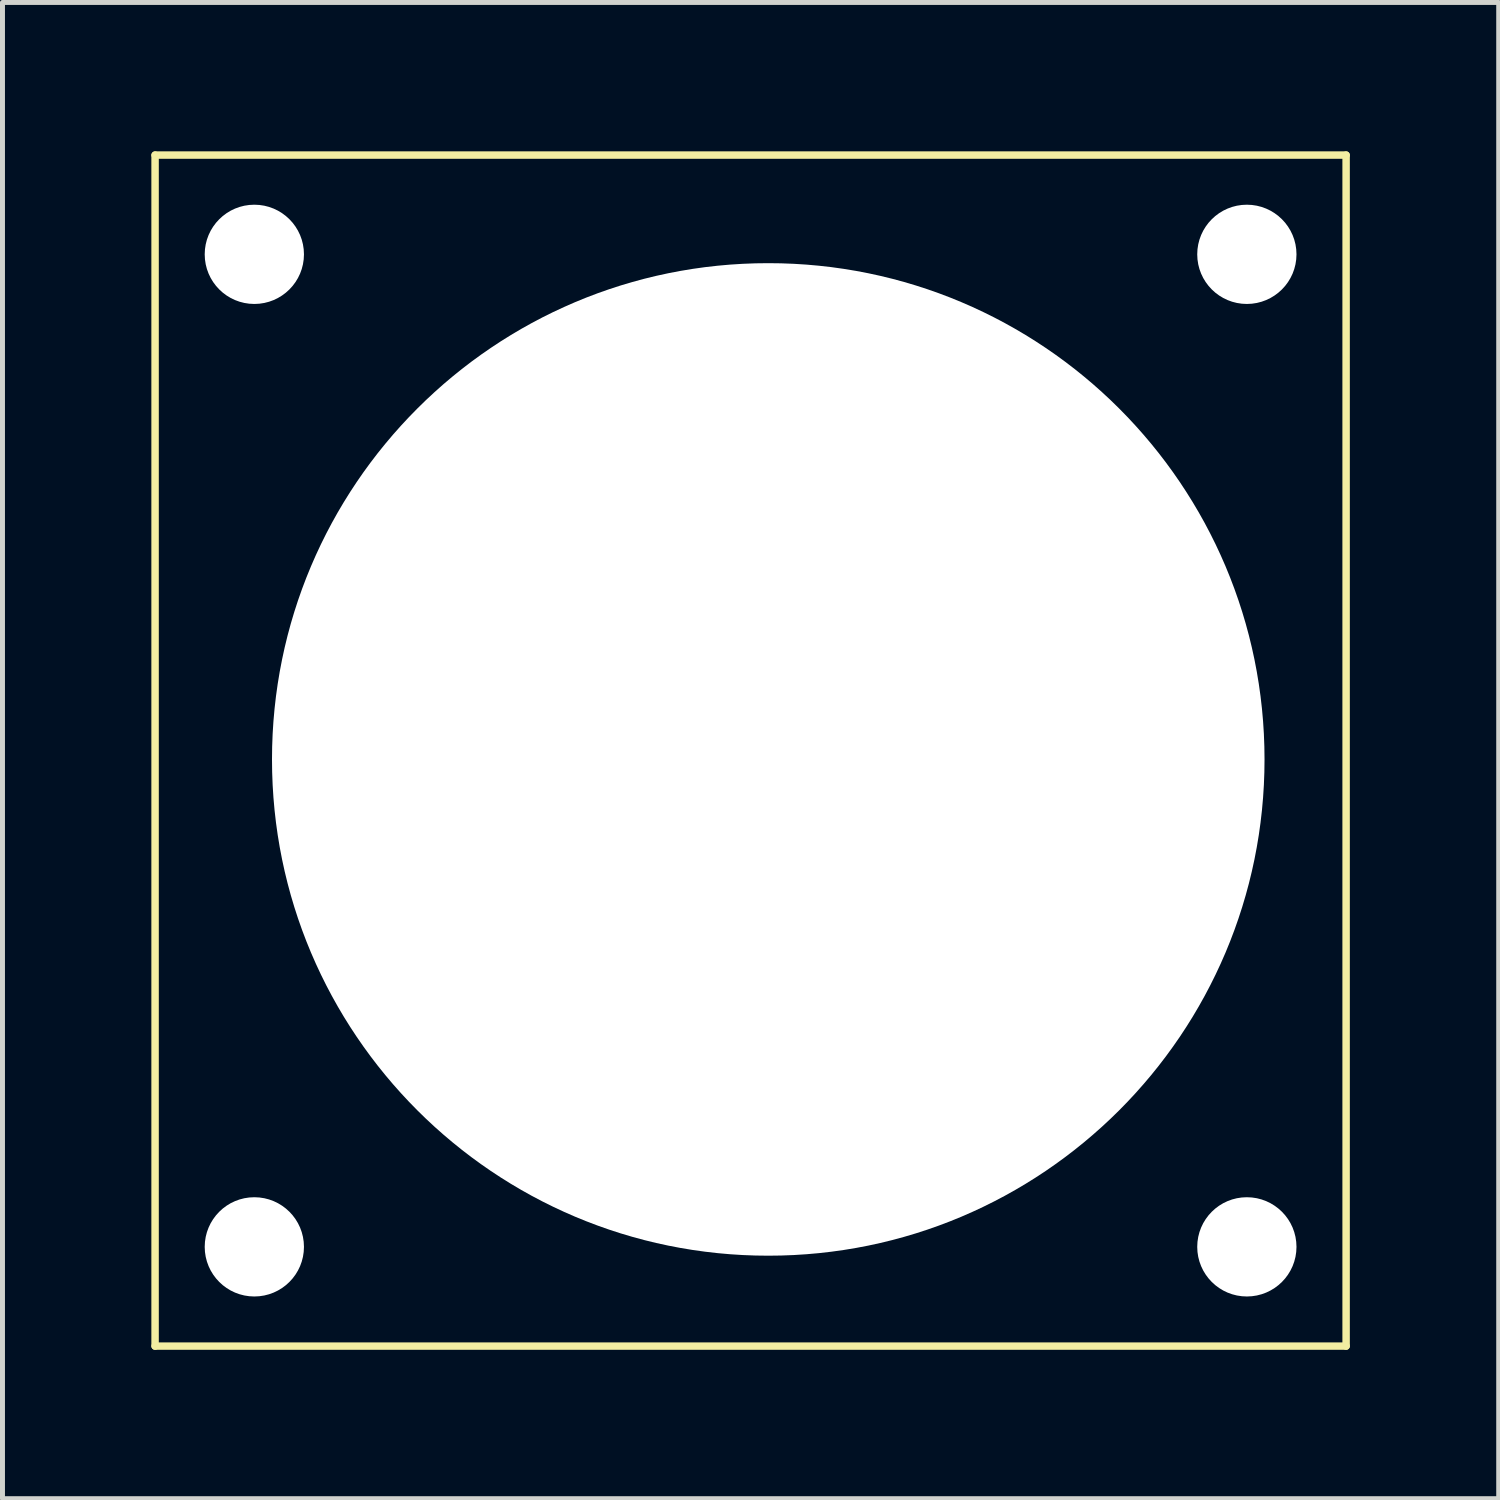
<source format=kicad_pcb>
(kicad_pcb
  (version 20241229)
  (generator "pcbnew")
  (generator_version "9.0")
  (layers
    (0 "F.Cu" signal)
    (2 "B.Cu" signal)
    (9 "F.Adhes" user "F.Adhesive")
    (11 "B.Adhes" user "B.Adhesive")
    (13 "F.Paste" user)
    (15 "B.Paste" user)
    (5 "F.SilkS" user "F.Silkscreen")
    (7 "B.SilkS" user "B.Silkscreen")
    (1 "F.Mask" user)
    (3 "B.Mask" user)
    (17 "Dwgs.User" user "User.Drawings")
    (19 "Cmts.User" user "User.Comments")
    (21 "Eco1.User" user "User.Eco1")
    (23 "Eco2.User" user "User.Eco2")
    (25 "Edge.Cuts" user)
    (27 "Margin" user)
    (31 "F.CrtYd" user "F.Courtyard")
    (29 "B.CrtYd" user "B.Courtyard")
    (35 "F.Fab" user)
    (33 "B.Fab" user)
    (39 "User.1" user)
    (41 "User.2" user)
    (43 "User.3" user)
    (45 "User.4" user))
  (footprint "FAN"
    (layer "F.Cu")
    (at 12.075 12.075)
    (property "Reference" "FAN" (at 0 0.5 0) (layer "F.SilkS") (effects (font (size 1 1) (thickness 0.15))))
    (attr through_hole)
    (fp_line (start -12 -12) (end 12 -12) (stroke (width 0.15) (type solid)) (layer "F.SilkS"))
    (fp_line (start -12 12) (end -12 -12) (stroke (width 0.15) (type solid)) (layer "F.SilkS"))
    (fp_line (start 12 -12) (end 12 12) (stroke (width 0.15) (type solid)) (layer "F.SilkS"))
    (fp_line (start 12 12) (end -12 12) (stroke (width 0.15) (type solid)) (layer "F.SilkS"))
    (pad "" np_thru_hole circle (at -10 -10) (size 2 2) (drill 2) (layers "*.Cu" "*.Mask"))
    (pad "" np_thru_hole circle (at -10 10) (size 2 2) (drill 2) (layers "*.Cu" "*.Mask"))
    (pad "" np_thru_hole circle (at 0.356 0.178) (size 20 20) (drill 20) (layers "*.Cu" "*.Mask"))
    (pad "" np_thru_hole circle (at 10 -10) (size 2 2) (drill 2) (layers "*.Cu" "*.Mask"))
    (pad "" np_thru_hole circle (at 10 10) (size 2 2) (drill 2) (layers "*.Cu" "*.Mask")))
  (gr_rect
    (start -3 -3)
    (end 27.15 27.15)
    (stroke (width 0.1) (type default))
    (fill no)
    (layer "Edge.Cuts")))
</source>
